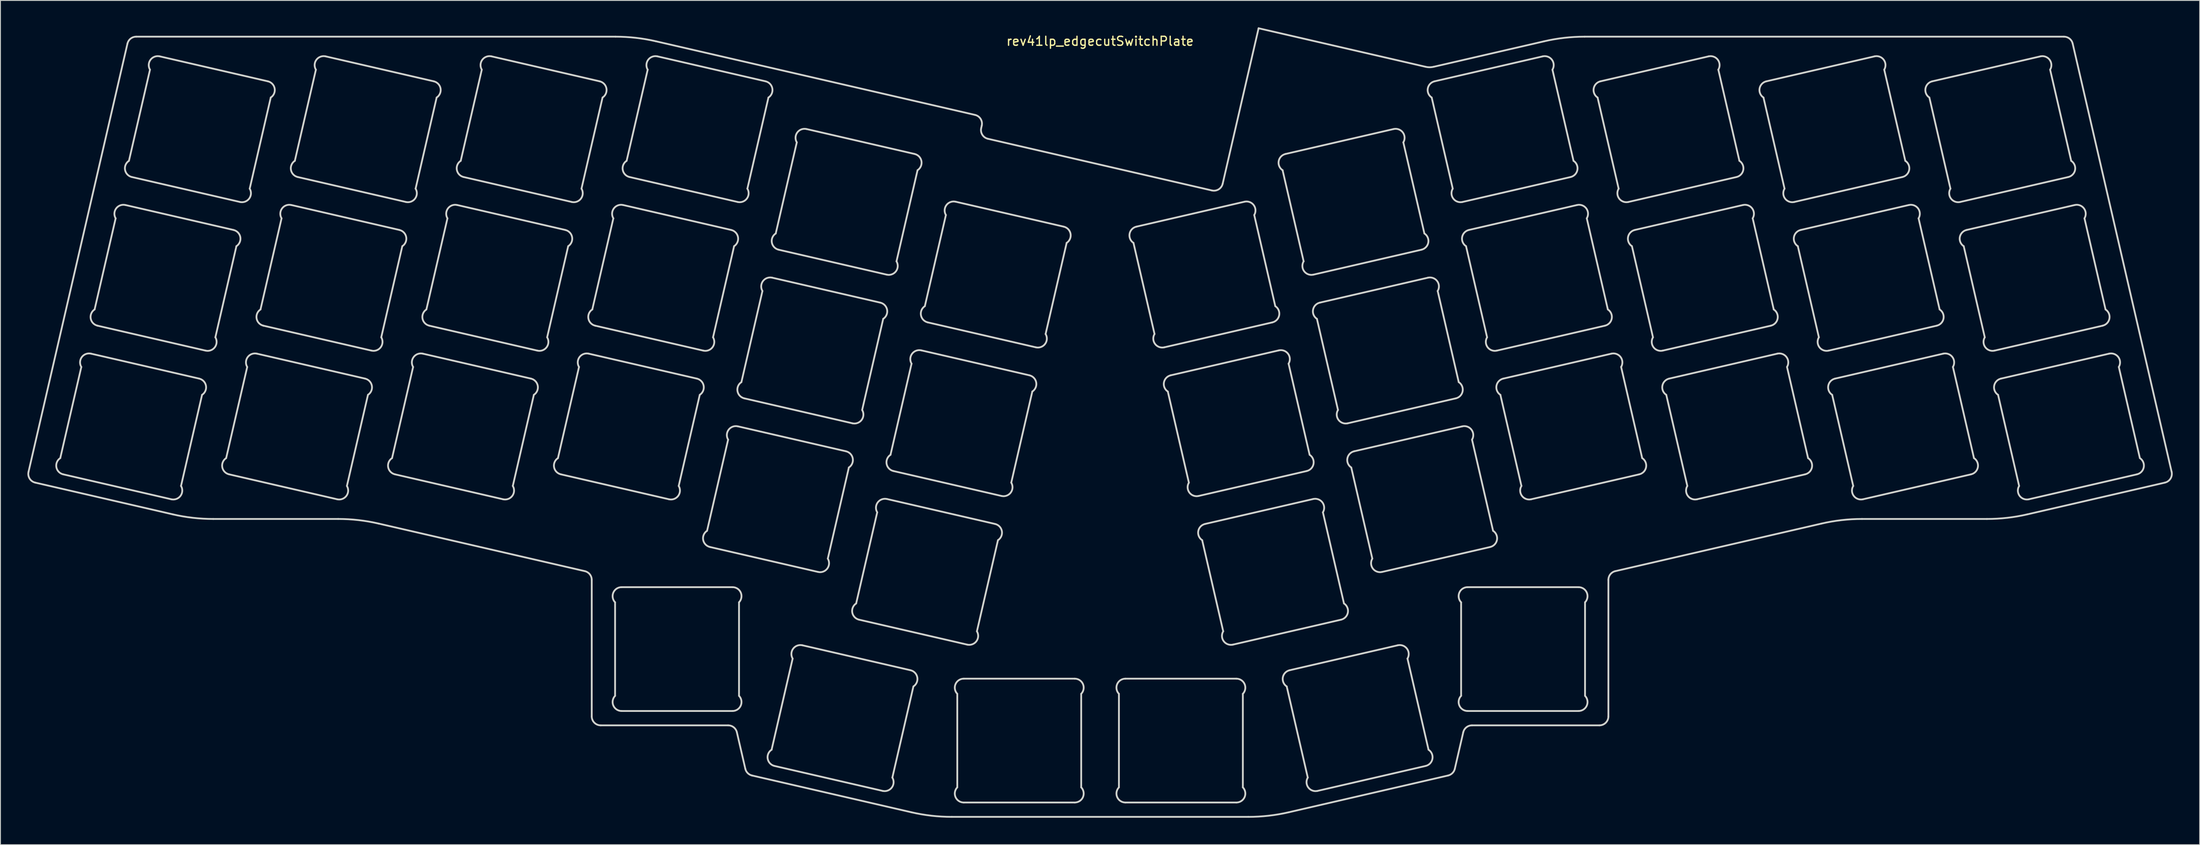
<source format=kicad_pcb>
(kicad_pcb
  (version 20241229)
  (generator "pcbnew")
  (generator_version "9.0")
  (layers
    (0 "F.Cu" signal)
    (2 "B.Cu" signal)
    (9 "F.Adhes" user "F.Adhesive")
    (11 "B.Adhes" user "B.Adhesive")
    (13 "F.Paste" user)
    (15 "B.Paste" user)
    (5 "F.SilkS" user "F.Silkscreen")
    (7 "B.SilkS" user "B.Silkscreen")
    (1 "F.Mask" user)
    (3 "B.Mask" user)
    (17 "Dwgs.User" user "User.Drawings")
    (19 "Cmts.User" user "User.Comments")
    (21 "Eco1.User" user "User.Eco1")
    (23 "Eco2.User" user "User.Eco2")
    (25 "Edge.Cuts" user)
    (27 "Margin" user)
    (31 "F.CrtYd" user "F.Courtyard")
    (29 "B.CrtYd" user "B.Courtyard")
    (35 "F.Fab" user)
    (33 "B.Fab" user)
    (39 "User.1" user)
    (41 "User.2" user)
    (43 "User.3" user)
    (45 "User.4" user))
  (footprint "rev41lp_edgecutSwitchPlate"
    (layer "F.Cu")
    (at 119.449 1.037)
    (property "Reference" "rev41lp_edgecutSwitchPlate" (at 0 0.5 0) (layer "F.SilkS") (effects (font (size 1 1) (thickness 0.15))))
    (attr through_hole)
    (fp_line (start -119.324 48.494) (end -108.307 0.775) (stroke (width 0.2) (type solid)) (layer "Edge.Cuts"))
    (fp_line (start -115.463 48.769) (end -103.426 51.548) (stroke (width 0.2) (type solid)) (layer "Edge.Cuts"))
    (fp_line (start -113.444 36.807) (end -115.788 46.959) (stroke (width 0.2) (type solid)) (layer "Edge.Cuts"))
    (fp_line (start -111.639 32.205) (end -99.602 34.984) (stroke (width 0.2) (type solid)) (layer "Edge.Cuts"))
    (fp_line (start -109.62 20.243) (end -111.964 30.395) (stroke (width 0.2) (type solid)) (layer "Edge.Cuts"))
    (fp_line (start -107.815 15.64) (end -95.778 18.419) (stroke (width 0.2) (type solid)) (layer "Edge.Cuts"))
    (fp_line (start -107.332 0) (end -53.96 0) (stroke (width 0.2) (type solid)) (layer "Edge.Cuts"))
    (fp_line (start -105.796 3.679) (end -108.139 13.83) (stroke (width 0.2) (type solid)) (layer "Edge.Cuts"))
    (fp_line (start -103.256 53.229) (end -118.574 49.693) (stroke (width 0.2) (type solid)) (layer "Edge.Cuts"))
    (fp_line (start -102.341 50.063) (end -99.998 39.912) (stroke (width 0.2) (type solid)) (layer "Edge.Cuts"))
    (fp_line (start -100.322 38.102) (end -112.359 35.323) (stroke (width 0.2) (type solid)) (layer "Edge.Cuts"))
    (fp_line (start -98.517 33.499) (end -96.174 23.347) (stroke (width 0.2) (type solid)) (layer "Edge.Cuts"))
    (fp_line (start -96.99 48.769) (end -84.953 51.548) (stroke (width 0.2) (type solid)) (layer "Edge.Cuts"))
    (fp_line (start -96.498 21.537) (end -108.535 18.758) (stroke (width 0.2) (type solid)) (layer "Edge.Cuts"))
    (fp_line (start -94.971 36.807) (end -97.314 46.959) (stroke (width 0.2) (type solid)) (layer "Edge.Cuts"))
    (fp_line (start -94.693 16.935) (end -92.349 6.783) (stroke (width 0.2) (type solid)) (layer "Edge.Cuts"))
    (fp_line (start -93.166 32.205) (end -81.129 34.984) (stroke (width 0.2) (type solid)) (layer "Edge.Cuts"))
    (fp_line (start -92.674 4.973) (end -104.711 2.194) (stroke (width 0.2) (type solid)) (layer "Edge.Cuts"))
    (fp_line (start -91.146 20.243) (end -93.49 30.395) (stroke (width 0.2) (type solid)) (layer "Edge.Cuts"))
    (fp_line (start -89.342 15.64) (end -77.304 18.419) (stroke (width 0.2) (type solid)) (layer "Edge.Cuts"))
    (fp_line (start -87.322 3.679) (end -89.666 13.83) (stroke (width 0.2) (type solid)) (layer "Edge.Cuts"))
    (fp_line (start -84.841 53.742) (end -98.757 53.742) (stroke (width 0.2) (type solid)) (layer "Edge.Cuts"))
    (fp_line (start -83.868 50.063) (end -81.524 39.912) (stroke (width 0.2) (type solid)) (layer "Edge.Cuts"))
    (fp_line (start -81.848 38.102) (end -93.886 35.323) (stroke (width 0.2) (type solid)) (layer "Edge.Cuts"))
    (fp_line (start -80.044 33.499) (end -77.7 23.347) (stroke (width 0.2) (type solid)) (layer "Edge.Cuts"))
    (fp_line (start -78.516 48.769) (end -66.479 51.548) (stroke (width 0.2) (type solid)) (layer "Edge.Cuts"))
    (fp_line (start -78.024 21.537) (end -90.061 18.758) (stroke (width 0.2) (type solid)) (layer "Edge.Cuts"))
    (fp_line (start -76.497 36.807) (end -78.841 46.959) (stroke (width 0.2) (type solid)) (layer "Edge.Cuts"))
    (fp_line (start -76.22 16.935) (end -73.876 6.783) (stroke (width 0.2) (type solid)) (layer "Edge.Cuts"))
    (fp_line (start -74.692 32.205) (end -62.655 34.984) (stroke (width 0.2) (type solid)) (layer "Edge.Cuts"))
    (fp_line (start -74.2 4.973) (end -86.237 2.194) (stroke (width 0.2) (type solid)) (layer "Edge.Cuts"))
    (fp_line (start -72.673 20.243) (end -75.017 30.395) (stroke (width 0.2) (type solid)) (layer "Edge.Cuts"))
    (fp_line (start -70.868 15.64) (end -58.831 18.419) (stroke (width 0.2) (type solid)) (layer "Edge.Cuts"))
    (fp_line (start -68.849 3.679) (end -71.192 13.83) (stroke (width 0.2) (type solid)) (layer "Edge.Cuts"))
    (fp_line (start -65.394 50.063) (end -63.051 39.912) (stroke (width 0.2) (type solid)) (layer "Edge.Cuts"))
    (fp_line (start -63.375 38.102) (end -75.412 35.323) (stroke (width 0.2) (type solid)) (layer "Edge.Cuts"))
    (fp_line (start -61.57 33.499) (end -59.227 23.347) (stroke (width 0.2) (type solid)) (layer "Edge.Cuts"))
    (fp_line (start -60.043 48.769) (end -48.006 51.548) (stroke (width 0.2) (type solid)) (layer "Edge.Cuts"))
    (fp_line (start -59.551 21.537) (end -71.588 18.758) (stroke (width 0.2) (type solid)) (layer "Edge.Cuts"))
    (fp_line (start -58.024 36.807) (end -60.367 46.959) (stroke (width 0.2) (type solid)) (layer "Edge.Cuts"))
    (fp_line (start -57.746 16.935) (end -55.402 6.783) (stroke (width 0.2) (type solid)) (layer "Edge.Cuts"))
    (fp_line (start -57.38 59.556) (end -80.342 54.255) (stroke (width 0.2) (type solid)) (layer "Edge.Cuts"))
    (fp_line (start -56.605 75.741) (end -56.605 60.53) (stroke (width 0.2) (type solid)) (layer "Edge.Cuts"))
    (fp_line (start -56.219 32.205) (end -44.182 34.984) (stroke (width 0.2) (type solid)) (layer "Edge.Cuts"))
    (fp_line (start -55.727 4.973) (end -67.764 2.194) (stroke (width 0.2) (type solid)) (layer "Edge.Cuts"))
    (fp_line (start -54.199 20.243) (end -56.543 30.395) (stroke (width 0.2) (type solid)) (layer "Edge.Cuts"))
    (fp_line (start -54.005 63.031) (end -54.005 73.45) (stroke (width 0.2) (type solid)) (layer "Edge.Cuts"))
    (fp_line (start -53.282 75.141) (end -40.928 75.141) (stroke (width 0.2) (type solid)) (layer "Edge.Cuts"))
    (fp_line (start -52.395 15.64) (end -40.358 18.419) (stroke (width 0.2) (type solid)) (layer "Edge.Cuts"))
    (fp_line (start -50.375 3.679) (end -52.719 13.83) (stroke (width 0.2) (type solid)) (layer "Edge.Cuts"))
    (fp_line (start -49.461 0.513) (end -13.925 8.717) (stroke (width 0.2) (type solid)) (layer "Edge.Cuts"))
    (fp_line (start -46.921 50.063) (end -44.577 39.912) (stroke (width 0.2) (type solid)) (layer "Edge.Cuts"))
    (fp_line (start -44.902 38.102) (end -56.939 35.323) (stroke (width 0.2) (type solid)) (layer "Edge.Cuts"))
    (fp_line (start -43.439 56.867) (end -31.402 59.646) (stroke (width 0.2) (type solid)) (layer "Edge.Cuts"))
    (fp_line (start -43.097 33.499) (end -40.753 23.347) (stroke (width 0.2) (type solid)) (layer "Edge.Cuts"))
    (fp_line (start -41.42 44.906) (end -43.763 55.057) (stroke (width 0.2) (type solid)) (layer "Edge.Cuts"))
    (fp_line (start -41.416 76.741) (end -55.605 76.741) (stroke (width 0.2) (type solid)) (layer "Edge.Cuts"))
    (fp_line (start -41.077 21.537) (end -53.114 18.758) (stroke (width 0.2) (type solid)) (layer "Edge.Cuts"))
    (fp_line (start -40.928 61.341) (end -53.282 61.341) (stroke (width 0.2) (type solid)) (layer "Edge.Cuts"))
    (fp_line (start -40.205 73.45) (end -40.205 63.031) (stroke (width 0.2) (type solid)) (layer "Edge.Cuts"))
    (fp_line (start -39.615 40.303) (end -27.578 43.082) (stroke (width 0.2) (type solid)) (layer "Edge.Cuts"))
    (fp_line (start -39.503 81.58) (end -40.442 77.516) (stroke (width 0.2) (type solid)) (layer "Edge.Cuts"))
    (fp_line (start -39.273 16.935) (end -36.929 6.783) (stroke (width 0.2) (type solid)) (layer "Edge.Cuts"))
    (fp_line (start -37.596 28.341) (end -39.939 38.493) (stroke (width 0.2) (type solid)) (layer "Edge.Cuts"))
    (fp_line (start -37.253 4.973) (end -49.29 2.194) (stroke (width 0.2) (type solid)) (layer "Edge.Cuts"))
    (fp_line (start -36.252 81.265) (end -24.215 84.044) (stroke (width 0.2) (type solid)) (layer "Edge.Cuts"))
    (fp_line (start -35.791 23.739) (end -23.754 26.518) (stroke (width 0.2) (type solid)) (layer "Edge.Cuts"))
    (fp_line (start -34.233 69.303) (end -36.576 79.455) (stroke (width 0.2) (type solid)) (layer "Edge.Cuts"))
    (fp_line (start -33.771 11.777) (end -36.115 21.929) (stroke (width 0.2) (type solid)) (layer "Edge.Cuts"))
    (fp_line (start -30.317 58.161) (end -27.973 48.01) (stroke (width 0.2) (type solid)) (layer "Edge.Cuts"))
    (fp_line (start -28.298 46.2) (end -40.335 43.421) (stroke (width 0.2) (type solid)) (layer "Edge.Cuts"))
    (fp_line (start -26.835 64.965) (end -14.798 67.744) (stroke (width 0.2) (type solid)) (layer "Edge.Cuts"))
    (fp_line (start -26.493 41.597) (end -24.149 31.446) (stroke (width 0.2) (type solid)) (layer "Edge.Cuts"))
    (fp_line (start -24.816 53.004) (end -27.16 63.155) (stroke (width 0.2) (type solid)) (layer "Edge.Cuts"))
    (fp_line (start -24.474 29.636) (end -36.511 26.857) (stroke (width 0.2) (type solid)) (layer "Edge.Cuts"))
    (fp_line (start -23.13 82.559) (end -20.786 72.408) (stroke (width 0.2) (type solid)) (layer "Edge.Cuts"))
    (fp_line (start -23.011 48.401) (end -10.974 51.18) (stroke (width 0.2) (type solid)) (layer "Edge.Cuts"))
    (fp_line (start -22.669 25.033) (end -20.325 14.881) (stroke (width 0.2) (type solid)) (layer "Edge.Cuts"))
    (fp_line (start -21.111 70.598) (end -33.148 67.819) (stroke (width 0.2) (type solid)) (layer "Edge.Cuts"))
    (fp_line (start -21.01 86.426) (end -38.754 82.329) (stroke (width 0.2) (type solid)) (layer "Edge.Cuts"))
    (fp_line (start -20.992 36.44) (end -23.335 46.591) (stroke (width 0.2) (type solid)) (layer "Edge.Cuts"))
    (fp_line (start -20.649 13.071) (end -32.686 10.292) (stroke (width 0.2) (type solid)) (layer "Edge.Cuts"))
    (fp_line (start -19.187 31.837) (end -7.15 34.616) (stroke (width 0.2) (type solid)) (layer "Edge.Cuts"))
    (fp_line (start -17.168 19.875) (end -19.511 30.027) (stroke (width 0.2) (type solid)) (layer "Edge.Cuts"))
    (fp_line (start -15.9 73.229) (end -15.9 83.648) (stroke (width 0.2) (type solid)) (layer "Edge.Cuts"))
    (fp_line (start -15.177 85.338) (end -2.823 85.338) (stroke (width 0.2) (type solid)) (layer "Edge.Cuts"))
    (fp_line (start -13.713 66.26) (end -11.37 56.108) (stroke (width 0.2) (type solid)) (layer "Edge.Cuts"))
    (fp_line (start -13.175 9.916) (end -13.236 10.179) (stroke (width 0.2) (type solid)) (layer "Edge.Cuts"))
    (fp_line (start -12.487 11.378) (end 12.454 17.136) (stroke (width 0.2) (type solid)) (layer "Edge.Cuts"))
    (fp_line (start -11.694 54.298) (end -23.731 51.519) (stroke (width 0.2) (type solid)) (layer "Edge.Cuts"))
    (fp_line (start -9.889 49.695) (end -7.545 39.544) (stroke (width 0.2) (type solid)) (layer "Edge.Cuts"))
    (fp_line (start -7.87 37.734) (end -19.907 34.955) (stroke (width 0.2) (type solid)) (layer "Edge.Cuts"))
    (fp_line (start -6.065 33.131) (end -3.721 22.98) (stroke (width 0.2) (type solid)) (layer "Edge.Cuts"))
    (fp_line (start -4.046 21.17) (end -16.083 18.391) (stroke (width 0.2) (type solid)) (layer "Edge.Cuts"))
    (fp_line (start -2.823 71.538) (end -15.177 71.538) (stroke (width 0.2) (type solid)) (layer "Edge.Cuts"))
    (fp_line (start -2.1 83.648) (end -2.1 73.229) (stroke (width 0.2) (type solid)) (layer "Edge.Cuts"))
    (fp_line (start 2.1 73.229) (end 2.1 83.648) (stroke (width 0.2) (type solid)) (layer "Edge.Cuts"))
    (fp_line (start 2.823 85.338) (end 15.177 85.338) (stroke (width 0.2) (type solid)) (layer "Edge.Cuts"))
    (fp_line (start 3.721 22.98) (end 6.065 33.131) (stroke (width 0.2) (type solid)) (layer "Edge.Cuts"))
    (fp_line (start 7.15 34.616) (end 19.187 31.837) (stroke (width 0.2) (type solid)) (layer "Edge.Cuts"))
    (fp_line (start 7.545 39.544) (end 9.889 49.695) (stroke (width 0.2) (type solid)) (layer "Edge.Cuts"))
    (fp_line (start 10.974 51.18) (end 23.011 48.401) (stroke (width 0.2) (type solid)) (layer "Edge.Cuts"))
    (fp_line (start 11.37 56.108) (end 13.713 66.26) (stroke (width 0.2) (type solid)) (layer "Edge.Cuts"))
    (fp_line (start 13.653 16.387) (end 17.653 -0.937) (stroke (width 0.2) (type solid)) (layer "Edge.Cuts"))
    (fp_line (start 14.798 67.744) (end 26.835 64.965) (stroke (width 0.2) (type solid)) (layer "Edge.Cuts"))
    (fp_line (start 15.177 71.538) (end 2.823 71.538) (stroke (width 0.2) (type solid)) (layer "Edge.Cuts"))
    (fp_line (start 15.9 83.648) (end 15.9 73.229) (stroke (width 0.2) (type solid)) (layer "Edge.Cuts"))
    (fp_line (start 16.083 18.391) (end 4.046 21.17) (stroke (width 0.2) (type solid)) (layer "Edge.Cuts"))
    (fp_line (start 16.511 86.938) (end -16.511 86.938) (stroke (width 0.2) (type solid)) (layer "Edge.Cuts"))
    (fp_line (start 17.653 -0.937) (end 36.247 3.356) (stroke (width 0.2) (type solid)) (layer "Edge.Cuts"))
    (fp_line (start 19.511 30.027) (end 17.168 19.875) (stroke (width 0.2) (type solid)) (layer "Edge.Cuts"))
    (fp_line (start 19.907 34.955) (end 7.87 37.734) (stroke (width 0.2) (type solid)) (layer "Edge.Cuts"))
    (fp_line (start 20.325 14.881) (end 22.669 25.033) (stroke (width 0.2) (type solid)) (layer "Edge.Cuts"))
    (fp_line (start 20.786 72.408) (end 23.13 82.559) (stroke (width 0.2) (type solid)) (layer "Edge.Cuts"))
    (fp_line (start 23.335 46.591) (end 20.992 36.44) (stroke (width 0.2) (type solid)) (layer "Edge.Cuts"))
    (fp_line (start 23.731 51.519) (end 11.694 54.298) (stroke (width 0.2) (type solid)) (layer "Edge.Cuts"))
    (fp_line (start 23.754 26.518) (end 35.791 23.739) (stroke (width 0.2) (type solid)) (layer "Edge.Cuts"))
    (fp_line (start 24.149 31.446) (end 26.493 41.597) (stroke (width 0.2) (type solid)) (layer "Edge.Cuts"))
    (fp_line (start 24.215 84.044) (end 36.252 81.265) (stroke (width 0.2) (type solid)) (layer "Edge.Cuts"))
    (fp_line (start 27.16 63.155) (end 24.816 53.004) (stroke (width 0.2) (type solid)) (layer "Edge.Cuts"))
    (fp_line (start 27.578 43.082) (end 39.615 40.303) (stroke (width 0.2) (type solid)) (layer "Edge.Cuts"))
    (fp_line (start 27.973 48.01) (end 30.317 58.161) (stroke (width 0.2) (type solid)) (layer "Edge.Cuts"))
    (fp_line (start 31.402 59.646) (end 43.439 56.867) (stroke (width 0.2) (type solid)) (layer "Edge.Cuts"))
    (fp_line (start 32.686 10.292) (end 20.649 13.071) (stroke (width 0.2) (type solid)) (layer "Edge.Cuts"))
    (fp_line (start 33.148 67.819) (end 21.111 70.598) (stroke (width 0.2) (type solid)) (layer "Edge.Cuts"))
    (fp_line (start 36.115 21.929) (end 33.771 11.777) (stroke (width 0.2) (type solid)) (layer "Edge.Cuts"))
    (fp_line (start 36.511 26.857) (end 24.474 29.636) (stroke (width 0.2) (type solid)) (layer "Edge.Cuts"))
    (fp_line (start 36.576 79.455) (end 34.233 69.303) (stroke (width 0.2) (type solid)) (layer "Edge.Cuts"))
    (fp_line (start 36.929 6.783) (end 39.273 16.935) (stroke (width 0.2) (type solid)) (layer "Edge.Cuts"))
    (fp_line (start 37.147 3.356) (end 49.461 0.513) (stroke (width 0.2) (type solid)) (layer "Edge.Cuts"))
    (fp_line (start 38.754 82.329) (end 21.01 86.426) (stroke (width 0.2) (type solid)) (layer "Edge.Cuts"))
    (fp_line (start 39.939 38.493) (end 37.596 28.341) (stroke (width 0.2) (type solid)) (layer "Edge.Cuts"))
    (fp_line (start 40.205 63.031) (end 40.205 73.45) (stroke (width 0.2) (type solid)) (layer "Edge.Cuts"))
    (fp_line (start 40.335 43.421) (end 28.298 46.2) (stroke (width 0.2) (type solid)) (layer "Edge.Cuts"))
    (fp_line (start 40.358 18.419) (end 52.395 15.64) (stroke (width 0.2) (type solid)) (layer "Edge.Cuts"))
    (fp_line (start 40.442 77.516) (end 39.503 81.58) (stroke (width 0.2) (type solid)) (layer "Edge.Cuts"))
    (fp_line (start 40.753 23.347) (end 43.097 33.499) (stroke (width 0.2) (type solid)) (layer "Edge.Cuts"))
    (fp_line (start 40.928 75.141) (end 53.282 75.141) (stroke (width 0.2) (type solid)) (layer "Edge.Cuts"))
    (fp_line (start 43.763 55.057) (end 41.42 44.906) (stroke (width 0.2) (type solid)) (layer "Edge.Cuts"))
    (fp_line (start 44.182 34.984) (end 56.219 32.205) (stroke (width 0.2) (type solid)) (layer "Edge.Cuts"))
    (fp_line (start 44.577 39.912) (end 46.921 50.063) (stroke (width 0.2) (type solid)) (layer "Edge.Cuts"))
    (fp_line (start 48.006 51.548) (end 60.043 48.769) (stroke (width 0.2) (type solid)) (layer "Edge.Cuts"))
    (fp_line (start 49.29 2.194) (end 37.253 4.973) (stroke (width 0.2) (type solid)) (layer "Edge.Cuts"))
    (fp_line (start 52.719 13.83) (end 50.375 3.679) (stroke (width 0.2) (type solid)) (layer "Edge.Cuts"))
    (fp_line (start 53.114 18.758) (end 41.077 21.537) (stroke (width 0.2) (type solid)) (layer "Edge.Cuts"))
    (fp_line (start 53.282 61.341) (end 40.928 61.341) (stroke (width 0.2) (type solid)) (layer "Edge.Cuts"))
    (fp_line (start 53.96 0) (end 107.332 0) (stroke (width 0.2) (type solid)) (layer "Edge.Cuts"))
    (fp_line (start 54.005 73.45) (end 54.005 63.031) (stroke (width 0.2) (type solid)) (layer "Edge.Cuts"))
    (fp_line (start 55.402 6.783) (end 57.746 16.935) (stroke (width 0.2) (type solid)) (layer "Edge.Cuts"))
    (fp_line (start 55.605 76.741) (end 41.416 76.741) (stroke (width 0.2) (type solid)) (layer "Edge.Cuts"))
    (fp_line (start 56.543 30.395) (end 54.199 20.243) (stroke (width 0.2) (type solid)) (layer "Edge.Cuts"))
    (fp_line (start 56.605 60.53) (end 56.605 75.741) (stroke (width 0.2) (type solid)) (layer "Edge.Cuts"))
    (fp_line (start 56.939 35.323) (end 44.902 38.102) (stroke (width 0.2) (type solid)) (layer "Edge.Cuts"))
    (fp_line (start 58.831 18.419) (end 70.868 15.64) (stroke (width 0.2) (type solid)) (layer "Edge.Cuts"))
    (fp_line (start 59.227 23.347) (end 61.57 33.499) (stroke (width 0.2) (type solid)) (layer "Edge.Cuts"))
    (fp_line (start 60.367 46.959) (end 58.024 36.807) (stroke (width 0.2) (type solid)) (layer "Edge.Cuts"))
    (fp_line (start 62.655 34.984) (end 74.692 32.205) (stroke (width 0.2) (type solid)) (layer "Edge.Cuts"))
    (fp_line (start 63.051 39.912) (end 65.394 50.063) (stroke (width 0.2) (type solid)) (layer "Edge.Cuts"))
    (fp_line (start 66.479 51.548) (end 78.516 48.769) (stroke (width 0.2) (type solid)) (layer "Edge.Cuts"))
    (fp_line (start 67.764 2.194) (end 55.727 4.973) (stroke (width 0.2) (type solid)) (layer "Edge.Cuts"))
    (fp_line (start 71.192 13.83) (end 68.849 3.679) (stroke (width 0.2) (type solid)) (layer "Edge.Cuts"))
    (fp_line (start 71.588 18.758) (end 59.551 21.537) (stroke (width 0.2) (type solid)) (layer "Edge.Cuts"))
    (fp_line (start 73.876 6.783) (end 76.22 16.935) (stroke (width 0.2) (type solid)) (layer "Edge.Cuts"))
    (fp_line (start 75.017 30.395) (end 72.673 20.243) (stroke (width 0.2) (type solid)) (layer "Edge.Cuts"))
    (fp_line (start 75.412 35.323) (end 63.375 38.102) (stroke (width 0.2) (type solid)) (layer "Edge.Cuts"))
    (fp_line (start 77.304 18.419) (end 89.342 15.64) (stroke (width 0.2) (type solid)) (layer "Edge.Cuts"))
    (fp_line (start 77.7 23.347) (end 80.044 33.499) (stroke (width 0.2) (type solid)) (layer "Edge.Cuts"))
    (fp_line (start 78.841 46.959) (end 76.497 36.807) (stroke (width 0.2) (type solid)) (layer "Edge.Cuts"))
    (fp_line (start 80.342 54.255) (end 57.38 59.556) (stroke (width 0.2) (type solid)) (layer "Edge.Cuts"))
    (fp_line (start 81.129 34.984) (end 93.166 32.205) (stroke (width 0.2) (type solid)) (layer "Edge.Cuts"))
    (fp_line (start 81.524 39.912) (end 83.868 50.063) (stroke (width 0.2) (type solid)) (layer "Edge.Cuts"))
    (fp_line (start 84.953 51.548) (end 96.99 48.769) (stroke (width 0.2) (type solid)) (layer "Edge.Cuts"))
    (fp_line (start 86.237 2.194) (end 74.2 4.973) (stroke (width 0.2) (type solid)) (layer "Edge.Cuts"))
    (fp_line (start 89.666 13.83) (end 87.322 3.679) (stroke (width 0.2) (type solid)) (layer "Edge.Cuts"))
    (fp_line (start 90.061 18.758) (end 78.024 21.537) (stroke (width 0.2) (type solid)) (layer "Edge.Cuts"))
    (fp_line (start 92.349 6.783) (end 94.693 16.935) (stroke (width 0.2) (type solid)) (layer "Edge.Cuts"))
    (fp_line (start 93.49 30.395) (end 91.146 20.243) (stroke (width 0.2) (type solid)) (layer "Edge.Cuts"))
    (fp_line (start 93.886 35.323) (end 81.848 38.102) (stroke (width 0.2) (type solid)) (layer "Edge.Cuts"))
    (fp_line (start 95.778 18.419) (end 107.815 15.64) (stroke (width 0.2) (type solid)) (layer "Edge.Cuts"))
    (fp_line (start 96.174 23.347) (end 98.517 33.499) (stroke (width 0.2) (type solid)) (layer "Edge.Cuts"))
    (fp_line (start 97.314 46.959) (end 94.971 36.807) (stroke (width 0.2) (type solid)) (layer "Edge.Cuts"))
    (fp_line (start 98.757 53.742) (end 84.841 53.742) (stroke (width 0.2) (type solid)) (layer "Edge.Cuts"))
    (fp_line (start 99.602 34.984) (end 111.639 32.205) (stroke (width 0.2) (type solid)) (layer "Edge.Cuts"))
    (fp_line (start 99.998 39.912) (end 102.341 50.063) (stroke (width 0.2) (type solid)) (layer "Edge.Cuts"))
    (fp_line (start 103.426 51.548) (end 115.463 48.769) (stroke (width 0.2) (type solid)) (layer "Edge.Cuts"))
    (fp_line (start 104.711 2.194) (end 92.674 4.973) (stroke (width 0.2) (type solid)) (layer "Edge.Cuts"))
    (fp_line (start 108.139 13.83) (end 105.796 3.679) (stroke (width 0.2) (type solid)) (layer "Edge.Cuts"))
    (fp_line (start 108.307 0.775) (end 119.324 48.494) (stroke (width 0.2) (type solid)) (layer "Edge.Cuts"))
    (fp_line (start 108.535 18.758) (end 96.498 21.537) (stroke (width 0.2) (type solid)) (layer "Edge.Cuts"))
    (fp_line (start 111.964 30.395) (end 109.62 20.243) (stroke (width 0.2) (type solid)) (layer "Edge.Cuts"))
    (fp_line (start 112.359 35.323) (end 100.322 38.102) (stroke (width 0.2) (type solid)) (layer "Edge.Cuts"))
    (fp_line (start 115.788 46.959) (end 113.444 36.807) (stroke (width 0.2) (type solid)) (layer "Edge.Cuts"))
    (fp_line (start 118.574 49.693) (end 103.256 53.229) (stroke (width 0.2) (type solid)) (layer "Edge.Cuts"))
    (fp_arc (start -118.574096 49.692873) (mid -119.197193 49.248422) (end -119.323515 48.493552) (stroke (width 0.2) (type solid)) (layer "Edge.Cuts"))
    (fp_arc (start -115.463403 48.768945) (mid -116.22278 47.970916) (end -115.787669 46.958897) (stroke (width 0.2) (type solid)) (layer "Edge.Cuts"))
    (fp_arc (start -113.444 36.807352) (mid -113.391436 35.707014) (end -112.359078 35.322639) (stroke (width 0.2) (type solid)) (layer "Edge.Cuts"))
    (fp_arc (start -111.639235 32.204655) (mid -112.398613 31.406625) (end -111.963501 30.394605) (stroke (width 0.2) (type solid)) (layer "Edge.Cuts"))
    (fp_arc (start -109.619834 20.24306) (mid -109.567268 19.142722) (end -108.53491 18.758348) (stroke (width 0.2) (type solid)) (layer "Edge.Cuts"))
    (fp_arc (start -108.306829 0.775048) (mid -107.954974 0.217392) (end -107.33246 0) (stroke (width 0.2) (type solid)) (layer "Edge.Cuts"))
    (fp_arc (start -107.815066 15.640364) (mid -108.574444 14.842335) (end -108.139333 13.830314) (stroke (width 0.2) (type solid)) (layer "Edge.Cuts"))
    (fp_arc (start -105.795665 3.67877) (mid -105.743101 2.578432) (end -104.710743 2.194057) (stroke (width 0.2) (type solid)) (layer "Edge.Cuts"))
    (fp_arc (start -102.341362 50.063221) (mid -102.393926 51.163559) (end -103.426284 51.547934) (stroke (width 0.2) (type solid)) (layer "Edge.Cuts"))
    (fp_arc (start -100.321959 38.101627) (mid -99.562582 38.899657) (end -99.997694 39.911677) (stroke (width 0.2) (type solid)) (layer "Edge.Cuts"))
    (fp_arc (start -98.756723 53.741992) (mid -101.020787 53.613429) (end -103.255744 53.229393) (stroke (width 0.2) (type solid)) (layer "Edge.Cuts"))
    (fp_arc (start -98.517194 33.49893) (mid -98.569758 34.599268) (end -99.602116 34.983643) (stroke (width 0.2) (type solid)) (layer "Edge.Cuts"))
    (fp_arc (start -96.989929 48.768945) (mid -97.749306 47.970916) (end -97.314195 46.958897) (stroke (width 0.2) (type solid)) (layer "Edge.Cuts"))
    (fp_arc (start -96.497792 21.537337) (mid -95.738415 22.335366) (end -96.173526 23.347386) (stroke (width 0.2) (type solid)) (layer "Edge.Cuts"))
    (fp_arc (start -94.970528 36.807351) (mid -94.917962 35.707013) (end -93.885604 35.322639) (stroke (width 0.2) (type solid)) (layer "Edge.Cuts"))
    (fp_arc (start -94.693026 16.934639) (mid -94.74559 18.034977) (end -95.777948 18.419352) (stroke (width 0.2) (type solid)) (layer "Edge.Cuts"))
    (fp_arc (start -93.165761 32.204655) (mid -93.925139 31.406625) (end -93.490027 30.394605) (stroke (width 0.2) (type solid)) (layer "Edge.Cuts"))
    (fp_arc (start -92.673624 4.973045) (mid -91.914246 5.771075) (end -92.349358 6.783095) (stroke (width 0.2) (type solid)) (layer "Edge.Cuts"))
    (fp_arc (start -91.146359 20.243061) (mid -91.093795 19.142723) (end -90.061437 18.758348) (stroke (width 0.2) (type solid)) (layer "Edge.Cuts"))
    (fp_arc (start -89.341593 15.640364) (mid -90.100971 14.842334) (end -89.665859 13.830314) (stroke (width 0.2) (type solid)) (layer "Edge.Cuts"))
    (fp_arc (start -87.322191 3.67877) (mid -87.269627 2.578432) (end -86.237269 2.194057) (stroke (width 0.2) (type solid)) (layer "Edge.Cuts"))
    (fp_arc (start -84.840673 53.741991) (mid -82.576609 53.870554) (end -80.341652 54.25459) (stroke (width 0.2) (type solid)) (layer "Edge.Cuts"))
    (fp_arc (start -83.867888 50.063221) (mid -83.920452 51.163559) (end -84.95281 51.547934) (stroke (width 0.2) (type solid)) (layer "Edge.Cuts"))
    (fp_arc (start -81.848486 38.101627) (mid -81.089108 38.899657) (end -81.52422 39.911677) (stroke (width 0.2) (type solid)) (layer "Edge.Cuts"))
    (fp_arc (start -80.04372 33.49893) (mid -80.096284 34.599268) (end -81.128642 34.983643) (stroke (width 0.2) (type solid)) (layer "Edge.Cuts"))
    (fp_arc (start -78.516455 48.768945) (mid -79.275832 47.970916) (end -78.840721 46.958897) (stroke (width 0.2) (type solid)) (layer "Edge.Cuts"))
    (fp_arc (start -78.024318 21.537336) (mid -77.26494 22.335366) (end -77.700052 23.347386) (stroke (width 0.2) (type solid)) (layer "Edge.Cuts"))
    (fp_arc (start -76.497053 36.807352) (mid -76.444489 35.707014) (end -75.412131 35.322639) (stroke (width 0.2) (type solid)) (layer "Edge.Cuts"))
    (fp_arc (start -76.219552 16.934639) (mid -76.272116 18.034977) (end -77.304474 18.419352) (stroke (width 0.2) (type solid)) (layer "Edge.Cuts"))
    (fp_arc (start -74.692286 32.204655) (mid -75.451663 31.406625) (end -75.016553 30.394605) (stroke (width 0.2) (type solid)) (layer "Edge.Cuts"))
    (fp_arc (start -74.20015 4.973045) (mid -73.440772 5.771075) (end -73.875885 6.783095) (stroke (width 0.2) (type solid)) (layer "Edge.Cuts"))
    (fp_arc (start -72.672885 20.243061) (mid -72.620321 19.142723) (end -71.587963 18.758348) (stroke (width 0.2) (type solid)) (layer "Edge.Cuts"))
    (fp_arc (start -70.868119 15.640364) (mid -71.627497 14.842334) (end -71.192385 13.830314) (stroke (width 0.2) (type solid)) (layer "Edge.Cuts"))
    (fp_arc (start -68.848717 3.67877) (mid -68.796153 2.578432) (end -67.763795 2.194057) (stroke (width 0.2) (type solid)) (layer "Edge.Cuts"))
    (fp_arc (start -65.394414 50.063221) (mid -65.446978 51.163559) (end -66.479336 51.547934) (stroke (width 0.2) (type solid)) (layer "Edge.Cuts"))
    (fp_arc (start -63.375012 38.101628) (mid -62.615635 38.899657) (end -63.050746 39.911677) (stroke (width 0.2) (type solid)) (layer "Edge.Cuts"))
    (fp_arc (start -61.570246 33.49893) (mid -61.62281 34.599268) (end -62.655168 34.983643) (stroke (width 0.2) (type solid)) (layer "Edge.Cuts"))
    (fp_arc (start -60.042981 48.768945) (mid -60.802358 47.970916) (end -60.367247 46.958897) (stroke (width 0.2) (type solid)) (layer "Edge.Cuts"))
    (fp_arc (start -59.550844 21.537336) (mid -58.791466 22.335366) (end -59.226578 23.347386) (stroke (width 0.2) (type solid)) (layer "Edge.Cuts"))
    (fp_arc (start -58.023579 36.807352) (mid -57.971015 35.707014) (end -56.938657 35.322639) (stroke (width 0.2) (type solid)) (layer "Edge.Cuts"))
    (fp_arc (start -57.746078 16.934639) (mid -57.798642 18.034977) (end -58.831 18.419352) (stroke (width 0.2) (type solid)) (layer "Edge.Cuts"))
    (fp_arc (start -57.380101 59.555682) (mid -56.822444 59.907537) (end -56.605052 60.530052) (stroke (width 0.2) (type solid)) (layer "Edge.Cuts"))
    (fp_arc (start -56.218813 32.204655) (mid -56.978191 31.406625) (end -56.543079 30.394605) (stroke (width 0.2) (type solid)) (layer "Edge.Cuts"))
    (fp_arc (start -55.726676 4.973045) (mid -54.967298 5.771075) (end -55.40241 6.783095) (stroke (width 0.2) (type solid)) (layer "Edge.Cuts"))
    (fp_arc (start -55.605052 76.74074) (mid -56.312159 76.447847) (end -56.605052 75.74074) (stroke (width 0.2) (type solid)) (layer "Edge.Cuts"))
    (fp_arc (start -54.199411 20.243061) (mid -54.146847 19.142723) (end -53.114489 18.758348) (stroke (width 0.2) (type solid)) (layer "Edge.Cuts"))
    (fp_arc (start -54.005052 63.031454) (mid -54.201357 61.947493) (end -53.281924 61.34074) (stroke (width 0.2) (type solid)) (layer "Edge.Cuts"))
    (fp_arc (start -53.959882 -0.000001) (mid -51.695818 0.128562) (end -49.460861 0.512598) (stroke (width 0.2) (type solid)) (layer "Edge.Cuts"))
    (fp_arc (start -53.281924 75.14074) (mid -54.201357 74.533987) (end -54.005052 73.450026) (stroke (width 0.2) (type solid)) (layer "Edge.Cuts"))
    (fp_arc (start -52.394645 15.640364) (mid -53.154023 14.842334) (end -52.718911 13.830314) (stroke (width 0.2) (type solid)) (layer "Edge.Cuts"))
    (fp_arc (start -50.375243 3.67877) (mid -50.322679 2.578432) (end -49.290321 2.194057) (stroke (width 0.2) (type solid)) (layer "Edge.Cuts"))
    (fp_arc (start -46.92094 50.063221) (mid -46.973504 51.163559) (end -48.005862 51.547934) (stroke (width 0.2) (type solid)) (layer "Edge.Cuts"))
    (fp_arc (start -44.901538 38.101627) (mid -44.14216 38.899657) (end -44.577272 39.911677) (stroke (width 0.2) (type solid)) (layer "Edge.Cuts"))
    (fp_arc (start -43.439133 56.867184) (mid -44.198511 56.069154) (end -43.763399 55.057134) (stroke (width 0.2) (type solid)) (layer "Edge.Cuts"))
    (fp_arc (start -43.096772 33.49893) (mid -43.149336 34.599268) (end -44.181694 34.983643) (stroke (width 0.2) (type solid)) (layer "Edge.Cuts"))
    (fp_arc (start -41.41973 44.90559) (mid -41.367166 43.805252) (end -40.334808 43.420877) (stroke (width 0.2) (type solid)) (layer "Edge.Cuts"))
    (fp_arc (start -41.416042 76.740739) (mid -40.793527 76.958131) (end -40.441671 77.515789) (stroke (width 0.2) (type solid)) (layer "Edge.Cuts"))
    (fp_arc (start -41.07737 21.537336) (mid -40.317992 22.335366) (end -40.753104 23.347386) (stroke (width 0.2) (type solid)) (layer "Edge.Cuts"))
    (fp_arc (start -40.928178 61.34074) (mid -40.008746 61.947494) (end -40.205052 63.031455) (stroke (width 0.2) (type solid)) (layer "Edge.Cuts"))
    (fp_arc (start -40.205051 73.450026) (mid -40.008746 74.533987) (end -40.928179 75.14074) (stroke (width 0.2) (type solid)) (layer "Edge.Cuts"))
    (fp_arc (start -39.614965 40.302893) (mid -40.374343 39.504863) (end -39.939231 38.492843) (stroke (width 0.2) (type solid)) (layer "Edge.Cuts"))
    (fp_arc (start -39.272604 16.934639) (mid -39.325168 18.034977) (end -40.357526 18.419352) (stroke (width 0.2) (type solid)) (layer "Edge.Cuts"))
    (fp_arc (start -38.753975 82.329336) (mid -39.236131 82.062073) (end -39.503394 81.579917) (stroke (width 0.2) (type solid)) (layer "Edge.Cuts"))
    (fp_arc (start -37.595562 28.341299) (mid -37.542998 27.240961) (end -36.51064 26.856586) (stroke (width 0.2) (type solid)) (layer "Edge.Cuts"))
    (fp_arc (start -37.253202 4.973045) (mid -36.493824 5.771075) (end -36.928936 6.783095) (stroke (width 0.2) (type solid)) (layer "Edge.Cuts"))
    (fp_arc (start -36.252137 81.264845) (mid -37.011514 80.466815) (end -36.576402 79.454795) (stroke (width 0.2) (type solid)) (layer "Edge.Cuts"))
    (fp_arc (start -35.790797 23.738602) (mid -36.550175 22.940572) (end -36.115063 21.928552) (stroke (width 0.2) (type solid)) (layer "Edge.Cuts"))
    (fp_arc (start -34.232733 69.303251) (mid -34.180169 68.202913) (end -33.147811 67.818538) (stroke (width 0.2) (type solid)) (layer "Edge.Cuts"))
    (fp_arc (start -33.771394 11.777008) (mid -33.71883 10.67667) (end -32.686472 10.292295) (stroke (width 0.2) (type solid)) (layer "Edge.Cuts"))
    (fp_arc (start -30.317092 58.161459) (mid -30.369656 59.261797) (end -31.402014 59.646172) (stroke (width 0.2) (type solid)) (layer "Edge.Cuts"))
    (fp_arc (start -28.297689 46.199865) (mid -27.538311 46.997895) (end -27.973423 48.009915) (stroke (width 0.2) (type solid)) (layer "Edge.Cuts"))
    (fp_arc (start -26.835284 64.965422) (mid -27.594662 64.167392) (end -27.15955 63.155372) (stroke (width 0.2) (type solid)) (layer "Edge.Cuts"))
    (fp_arc (start -26.492924 41.597168) (mid -26.545488 42.697506) (end -27.577846 43.081881) (stroke (width 0.2) (type solid)) (layer "Edge.Cuts"))
    (fp_arc (start -24.815882 53.003828) (mid -24.763318 51.90349) (end -23.73096 51.519115) (stroke (width 0.2) (type solid)) (layer "Edge.Cuts"))
    (fp_arc (start -24.473522 29.635573) (mid -23.714144 30.433603) (end -24.149255 31.445624) (stroke (width 0.2) (type solid)) (layer "Edge.Cuts"))
    (fp_arc (start -23.130094 82.559118) (mid -23.182658 83.659458) (end -24.215017 84.043833) (stroke (width 0.2) (type solid)) (layer "Edge.Cuts"))
    (fp_arc (start -23.011116 48.401132) (mid -23.770495 47.603102) (end -23.335383 46.591081) (stroke (width 0.2) (type solid)) (layer "Edge.Cuts"))
    (fp_arc (start -22.668756 25.032877) (mid -22.72132 26.133215) (end -23.753678 26.51759) (stroke (width 0.2) (type solid)) (layer "Edge.Cuts"))
    (fp_arc (start -21.110692 70.597527) (mid -20.351315 71.395556) (end -20.786426 72.407575) (stroke (width 0.2) (type solid)) (layer "Edge.Cuts"))
    (fp_arc (start -20.991713 36.439537) (mid -20.939149 35.3392) (end -19.906792 34.954824) (stroke (width 0.2) (type solid)) (layer "Edge.Cuts"))
    (fp_arc (start -20.649354 13.071282) (mid -19.889975 13.869312) (end -20.325087 14.881333) (stroke (width 0.2) (type solid)) (layer "Edge.Cuts"))
    (fp_arc (start -19.186948 31.836841) (mid -19.946327 31.038811) (end -19.511215 30.02679) (stroke (width 0.2) (type solid)) (layer "Edge.Cuts"))
    (fp_arc (start -17.167546 19.875246) (mid -17.114982 18.774908) (end -16.082624 18.390533) (stroke (width 0.2) (type solid)) (layer "Edge.Cuts"))
    (fp_arc (start -16.510921 86.938468) (mid -18.774985 86.809905) (end -21.009942 86.425869) (stroke (width 0.2) (type solid)) (layer "Edge.Cuts"))
    (fp_arc (start -15.9 73.229182) (mid -16.096305 72.145221) (end -15.176872 71.538468) (stroke (width 0.2) (type solid)) (layer "Edge.Cuts"))
    (fp_arc (start -15.176872 85.338469) (mid -16.096306 84.731715) (end -15.9 83.647753) (stroke (width 0.2) (type solid)) (layer "Edge.Cuts"))
    (fp_arc (start -13.924838 8.716736) (mid -13.301741 9.161186) (end -13.175419 9.916056) (stroke (width 0.2) (type solid)) (layer "Edge.Cuts"))
    (fp_arc (start -13.713242 66.259697) (mid -13.765807 67.360035) (end -14.798166 67.74441) (stroke (width 0.2) (type solid)) (layer "Edge.Cuts"))
    (fp_arc (start -12.486737 11.378457) (mid -13.109833 10.934007) (end -13.236156 10.179137) (stroke (width 0.2) (type solid)) (layer "Edge.Cuts"))
    (fp_arc (start -11.693841 54.298103) (mid -10.934463 55.096133) (end -11.369575 56.108154) (stroke (width 0.2) (type solid)) (layer "Edge.Cuts"))
    (fp_arc (start -9.889076 49.695406) (mid -9.94164 50.795744) (end -10.973998 51.180119) (stroke (width 0.2) (type solid)) (layer "Edge.Cuts"))
    (fp_arc (start -7.869673 37.733812) (mid -7.110295 38.531842) (end -7.545407 39.543862) (stroke (width 0.2) (type solid)) (layer "Edge.Cuts"))
    (fp_arc (start -6.064908 33.131115) (mid -6.117472 34.231453) (end -7.14983 34.615828) (stroke (width 0.2) (type solid)) (layer "Edge.Cuts"))
    (fp_arc (start -4.045505 21.169521) (mid -3.286127 21.967551) (end -3.721239 22.979571) (stroke (width 0.2) (type solid)) (layer "Edge.Cuts"))
    (fp_arc (start -2.823128 71.538468) (mid -1.903695 72.145221) (end -2.1 73.229182) (stroke (width 0.2) (type solid)) (layer "Edge.Cuts"))
    (fp_arc (start -2.1 83.647754) (mid -1.903695 84.731715) (end -2.823128 85.338468) (stroke (width 0.2) (type solid)) (layer "Edge.Cuts"))
    (fp_arc (start 2.1 73.229182) (mid 1.903695 72.145221) (end 2.823128 71.538468) (stroke (width 0.2) (type solid)) (layer "Edge.Cuts"))
    (fp_arc (start 2.823128 85.338469) (mid 1.903694 84.731715) (end 2.1 83.647753) (stroke (width 0.2) (type solid)) (layer "Edge.Cuts"))
    (fp_arc (start 3.721239 22.979571) (mid 3.286127 21.967551) (end 4.045505 21.169521) (stroke (width 0.2) (type solid)) (layer "Edge.Cuts"))
    (fp_arc (start 7.14983 34.615828) (mid 6.117472 34.231453) (end 6.064908 33.131115) (stroke (width 0.2) (type solid)) (layer "Edge.Cuts"))
    (fp_arc (start 7.545407 39.543862) (mid 7.110295 38.531842) (end 7.869673 37.733812) (stroke (width 0.2) (type solid)) (layer "Edge.Cuts"))
    (fp_arc (start 10.973998 51.180119) (mid 9.94164 50.795744) (end 9.889076 49.695406) (stroke (width 0.2) (type solid)) (layer "Edge.Cuts"))
    (fp_arc (start 11.369575 56.108153) (mid 10.934463 55.096133) (end 11.693841 54.298103) (stroke (width 0.2) (type solid)) (layer "Edge.Cuts"))
    (fp_arc (start 13.652883 16.38696) (mid 13.208432 17.010058) (end 12.453561 17.13638) (stroke (width 0.2) (type solid)) (layer "Edge.Cuts"))
    (fp_arc (start 14.798164 67.744409) (mid 13.76577 67.360032) (end 13.713244 66.259697) (stroke (width 0.2) (type solid)) (layer "Edge.Cuts"))
    (fp_arc (start 15.176873 71.538468) (mid 16.096356 72.145227) (end 15.9 73.229182) (stroke (width 0.2) (type solid)) (layer "Edge.Cuts"))
    (fp_arc (start 15.899999 83.647754) (mid 16.096306 84.731717) (end 15.176872 85.338468) (stroke (width 0.2) (type solid)) (layer "Edge.Cuts"))
    (fp_arc (start 16.082624 18.390533) (mid 17.114982 18.774908) (end 17.167546 19.875246) (stroke (width 0.2) (type solid)) (layer "Edge.Cuts"))
    (fp_arc (start 19.511214 30.02679) (mid 19.946328 31.038811) (end 19.186947 31.83684) (stroke (width 0.2) (type solid)) (layer "Edge.Cuts"))
    (fp_arc (start 19.906792 34.954824) (mid 20.93915 35.339199) (end 20.991714 36.439537) (stroke (width 0.2) (type solid)) (layer "Edge.Cuts"))
    (fp_arc (start 20.325088 14.881333) (mid 19.889976 13.869313) (end 20.649354 13.071283) (stroke (width 0.2) (type solid)) (layer "Edge.Cuts"))
    (fp_arc (start 20.786426 72.407576) (mid 20.351314 71.395556) (end 21.110692 70.597526) (stroke (width 0.2) (type solid)) (layer "Edge.Cuts"))
    (fp_arc (start 21.009942 86.425869) (mid 18.774985 86.809905) (end 16.510921 86.938468) (stroke (width 0.2) (type solid)) (layer "Edge.Cuts"))
    (fp_arc (start 23.335382 46.591081) (mid 23.770494 47.603101) (end 23.011116 48.401131) (stroke (width 0.2) (type solid)) (layer "Edge.Cuts"))
    (fp_arc (start 23.73096 51.519115) (mid 24.763316 51.903496) (end 24.815882 53.003829) (stroke (width 0.2) (type solid)) (layer "Edge.Cuts"))
    (fp_arc (start 23.753678 26.51759) (mid 22.72132 26.133215) (end 22.668756 25.032877) (stroke (width 0.2) (type solid)) (layer "Edge.Cuts"))
    (fp_arc (start 24.149257 31.445624) (mid 23.714144 30.433605) (end 24.473521 29.635574) (stroke (width 0.2) (type solid)) (layer "Edge.Cuts"))
    (fp_arc (start 24.215017 84.043832) (mid 23.182659 83.659457) (end 23.130095 82.559119) (stroke (width 0.2) (type solid)) (layer "Edge.Cuts"))
    (fp_arc (start 27.15955 63.155372) (mid 27.594662 64.167392) (end 26.835284 64.965422) (stroke (width 0.2) (type solid)) (layer "Edge.Cuts"))
    (fp_arc (start 27.577846 43.081881) (mid 26.545488 42.697506) (end 26.492924 41.597168) (stroke (width 0.2) (type solid)) (layer "Edge.Cuts"))
    (fp_arc (start 27.973423 48.009915) (mid 27.538315 46.997899) (end 28.297689 46.199864) (stroke (width 0.2) (type solid)) (layer "Edge.Cuts"))
    (fp_arc (start 31.402014 59.646172) (mid 30.369656 59.261797) (end 30.317092 58.161459) (stroke (width 0.2) (type solid)) (layer "Edge.Cuts"))
    (fp_arc (start 32.686472 10.292295) (mid 33.71883 10.67667) (end 33.771394 11.777008) (stroke (width 0.2) (type solid)) (layer "Edge.Cuts"))
    (fp_arc (start 33.147811 67.818538) (mid 34.180169 68.202913) (end 34.232733 69.303251) (stroke (width 0.2) (type solid)) (layer "Edge.Cuts"))
    (fp_arc (start 36.115063 21.928552) (mid 36.550175 22.940572) (end 35.790797 23.738602) (stroke (width 0.2) (type solid)) (layer "Edge.Cuts"))
    (fp_arc (start 36.51064 26.856586) (mid 37.542998 27.240961) (end 37.595562 28.341299) (stroke (width 0.2) (type solid)) (layer "Edge.Cuts"))
    (fp_arc (start 36.576402 79.454795) (mid 37.011514 80.466815) (end 36.252136 81.264845) (stroke (width 0.2) (type solid)) (layer "Edge.Cuts"))
    (fp_arc (start 36.928936 6.783095) (mid 36.493824 5.771075) (end 37.253202 4.973045) (stroke (width 0.2) (type solid)) (layer "Edge.Cuts"))
    (fp_arc (start 37.146773 3.355529) (mid 36.696871 3.406789) (end 36.246969 3.355529) (stroke (width 0.2) (type solid)) (layer "Edge.Cuts"))
    (fp_arc (start 39.503394 81.579917) (mid 39.236131 82.062073) (end 38.753975 82.329336) (stroke (width 0.2) (type solid)) (layer "Edge.Cuts"))
    (fp_arc (start 39.939231 38.492843) (mid 40.374343 39.504863) (end 39.614965 40.302893) (stroke (width 0.2) (type solid)) (layer "Edge.Cuts"))
    (fp_arc (start 40.205051 63.031454) (mid 40.008746 61.947493) (end 40.928179 61.34074) (stroke (width 0.2) (type solid)) (layer "Edge.Cuts"))
    (fp_arc (start 40.334808 43.420877) (mid 41.367166 43.805252) (end 41.41973 44.90559) (stroke (width 0.2) (type solid)) (layer "Edge.Cuts"))
    (fp_arc (start 40.357526 18.419352) (mid 39.325168 18.034977) (end 39.272604 16.934639) (stroke (width 0.2) (type solid)) (layer "Edge.Cuts"))
    (fp_arc (start 40.441672 77.515789) (mid 40.793527 76.958132) (end 41.416042 76.74074) (stroke (width 0.2) (type solid)) (layer "Edge.Cuts"))
    (fp_arc (start 40.753104 23.347386) (mid 40.317992 22.335366) (end 41.07737 21.537336) (stroke (width 0.2) (type solid)) (layer "Edge.Cuts"))
    (fp_arc (start 40.928179 75.140739) (mid 40.008747 74.533986) (end 40.205052 73.450026) (stroke (width 0.2) (type solid)) (layer "Edge.Cuts"))
    (fp_arc (start 43.763399 55.057133) (mid 44.198508 56.069143) (end 43.439133 56.867184) (stroke (width 0.2) (type solid)) (layer "Edge.Cuts"))
    (fp_arc (start 44.181694 34.983643) (mid 43.149336 34.599268) (end 43.096772 33.49893) (stroke (width 0.2) (type solid)) (layer "Edge.Cuts"))
    (fp_arc (start 44.577272 39.911677) (mid 44.14216 38.899657) (end 44.901538 38.101627) (stroke (width 0.2) (type solid)) (layer "Edge.Cuts"))
    (fp_arc (start 48.005862 51.547934) (mid 46.973504 51.163559) (end 46.92094 50.063221) (stroke (width 0.2) (type solid)) (layer "Edge.Cuts"))
    (fp_arc (start 49.290321 2.194057) (mid 50.322679 2.578432) (end 50.375243 3.67877) (stroke (width 0.2) (type solid)) (layer "Edge.Cuts"))
    (fp_arc (start 49.460861 0.512599) (mid 51.695818 0.128563) (end 53.959882 0) (stroke (width 0.2) (type solid)) (layer "Edge.Cuts"))
    (fp_arc (start 52.718911 13.830314) (mid 53.154023 14.842334) (end 52.394645 15.640364) (stroke (width 0.2) (type solid)) (layer "Edge.Cuts"))
    (fp_arc (start 53.114489 18.758348) (mid 54.146847 19.142723) (end 54.199411 20.243061) (stroke (width 0.2) (type solid)) (layer "Edge.Cuts"))
    (fp_arc (start 53.281924 61.340739) (mid 54.201305 61.947486) (end 54.005052 63.031455) (stroke (width 0.2) (type solid)) (layer "Edge.Cuts"))
    (fp_arc (start 54.005052 73.450026) (mid 54.201356 74.533987) (end 53.281924 75.14074) (stroke (width 0.2) (type solid)) (layer "Edge.Cuts"))
    (fp_arc (start 55.40241 6.783095) (mid 54.967298 5.771075) (end 55.726676 4.973045) (stroke (width 0.2) (type solid)) (layer "Edge.Cuts"))
    (fp_arc (start 56.543079 30.394605) (mid 56.978222 31.406636) (end 56.218813 32.204656) (stroke (width 0.2) (type solid)) (layer "Edge.Cuts"))
    (fp_arc (start 56.605052 60.530052) (mid 56.822444 59.907537) (end 57.380101 59.555682) (stroke (width 0.2) (type solid)) (layer "Edge.Cuts"))
    (fp_arc (start 56.605052 75.74074) (mid 56.312141 76.447804) (end 55.605051 76.74074) (stroke (width 0.2) (type solid)) (layer "Edge.Cuts"))
    (fp_arc (start 56.938657 35.322639) (mid 57.971015 35.707014) (end 58.023579 36.807352) (stroke (width 0.2) (type solid)) (layer "Edge.Cuts"))
    (fp_arc (start 58.831 18.419352) (mid 57.798642 18.034977) (end 57.746078 16.934639) (stroke (width 0.2) (type solid)) (layer "Edge.Cuts"))
    (fp_arc (start 59.226578 23.347386) (mid 58.791466 22.335366) (end 59.550844 21.537336) (stroke (width 0.2) (type solid)) (layer "Edge.Cuts"))
    (fp_arc (start 60.367247 46.958896) (mid 60.802359 47.970916) (end 60.042981 48.768946) (stroke (width 0.2) (type solid)) (layer "Edge.Cuts"))
    (fp_arc (start 62.655168 34.983643) (mid 61.62281 34.599268) (end 61.570246 33.49893) (stroke (width 0.2) (type solid)) (layer "Edge.Cuts"))
    (fp_arc (start 63.050746 39.911677) (mid 62.615654 38.899659) (end 63.375012 38.101627) (stroke (width 0.2) (type solid)) (layer "Edge.Cuts"))
    (fp_arc (start 66.479336 51.547934) (mid 65.447016 51.163561) (end 65.394414 50.063222) (stroke (width 0.2) (type solid)) (layer "Edge.Cuts"))
    (fp_arc (start 67.763795 2.194057) (mid 68.796153 2.578432) (end 68.848717 3.67877) (stroke (width 0.2) (type solid)) (layer "Edge.Cuts"))
    (fp_arc (start 71.192385 13.830314) (mid 71.627497 14.842334) (end 70.868119 15.640364) (stroke (width 0.2) (type solid)) (layer "Edge.Cuts"))
    (fp_arc (start 71.587963 18.758348) (mid 72.620296 19.142725) (end 72.672885 20.243062) (stroke (width 0.2) (type solid)) (layer "Edge.Cuts"))
    (fp_arc (start 73.875884 6.783095) (mid 73.440772 5.771075) (end 74.20015 4.973045) (stroke (width 0.2) (type solid)) (layer "Edge.Cuts"))
    (fp_arc (start 75.016553 30.394605) (mid 75.451665 31.406625) (end 74.692287 32.204655) (stroke (width 0.2) (type solid)) (layer "Edge.Cuts"))
    (fp_arc (start 75.412131 35.322639) (mid 76.444489 35.707014) (end 76.497053 36.807352) (stroke (width 0.2) (type solid)) (layer "Edge.Cuts"))
    (fp_arc (start 77.304474 18.419352) (mid 76.272116 18.034977) (end 76.219552 16.934639) (stroke (width 0.2) (type solid)) (layer "Edge.Cuts"))
    (fp_arc (start 77.700052 23.347386) (mid 77.26494 22.335366) (end 78.024318 21.537336) (stroke (width 0.2) (type solid)) (layer "Edge.Cuts"))
    (fp_arc (start 78.840721 46.958896) (mid 79.275833 47.970916) (end 78.516455 48.768946) (stroke (width 0.2) (type solid)) (layer "Edge.Cuts"))
    (fp_arc (start 80.341652 54.254591) (mid 82.576609 53.870555) (end 84.840673 53.741992) (stroke (width 0.2) (type solid)) (layer "Edge.Cuts"))
    (fp_arc (start 81.128642 34.983643) (mid 80.096284 34.599268) (end 80.04372 33.49893) (stroke (width 0.2) (type solid)) (layer "Edge.Cuts"))
    (fp_arc (start 81.52422 39.911677) (mid 81.089093 38.89966) (end 81.848486 38.101627) (stroke (width 0.2) (type solid)) (layer "Edge.Cuts"))
    (fp_arc (start 84.95281 51.547934) (mid 83.920452 51.163559) (end 83.867888 50.063221) (stroke (width 0.2) (type solid)) (layer "Edge.Cuts"))
    (fp_arc (start 86.237269 2.194057) (mid 87.269627 2.578432) (end 87.322191 3.67877) (stroke (width 0.2) (type solid)) (layer "Edge.Cuts"))
    (fp_arc (start 89.66586 13.830314) (mid 90.100959 14.84234) (end 89.341593 15.640364) (stroke (width 0.2) (type solid)) (layer "Edge.Cuts"))
    (fp_arc (start 90.061437 18.758348) (mid 91.093795 19.142723) (end 91.146359 20.243061) (stroke (width 0.2) (type solid)) (layer "Edge.Cuts"))
    (fp_arc (start 92.349358 6.783095) (mid 91.914244 5.771063) (end 92.673624 4.973045) (stroke (width 0.2) (type solid)) (layer "Edge.Cuts"))
    (fp_arc (start 93.490027 30.394605) (mid 93.925147 31.406636) (end 93.165761 32.204655) (stroke (width 0.2) (type solid)) (layer "Edge.Cuts"))
    (fp_arc (start 93.885606 35.32264) (mid 94.917962 35.707015) (end 94.970526 36.807352) (stroke (width 0.2) (type solid)) (layer "Edge.Cuts"))
    (fp_arc (start 95.777948 18.419352) (mid 94.74559 18.034977) (end 94.693026 16.934639) (stroke (width 0.2) (type solid)) (layer "Edge.Cuts"))
    (fp_arc (start 96.173526 23.347386) (mid 95.738414 22.335366) (end 96.497792 21.537336) (stroke (width 0.2) (type solid)) (layer "Edge.Cuts"))
    (fp_arc (start 97.314195 46.958896) (mid 97.749307 47.970916) (end 96.989929 48.768946) (stroke (width 0.2) (type solid)) (layer "Edge.Cuts"))
    (fp_arc (start 99.602117 34.983643) (mid 98.569811 34.599262) (end 98.517194 33.49893) (stroke (width 0.2) (type solid)) (layer "Edge.Cuts"))
    (fp_arc (start 99.997694 39.911677) (mid 99.562582 38.899657) (end 100.32196 38.101627) (stroke (width 0.2) (type solid)) (layer "Edge.Cuts"))
    (fp_arc (start 103.255743 53.229393) (mid 101.020786 53.613431) (end 98.756722 53.741991) (stroke (width 0.2) (type solid)) (layer "Edge.Cuts"))
    (fp_arc (start 103.426284 51.547934) (mid 102.393926 51.163559) (end 102.341362 50.063221) (stroke (width 0.2) (type solid)) (layer "Edge.Cuts"))
    (fp_arc (start 104.710743 2.194057) (mid 105.743101 2.578432) (end 105.795665 3.67877) (stroke (width 0.2) (type solid)) (layer "Edge.Cuts"))
    (fp_arc (start 107.33246 -0.000001) (mid 107.954975 0.217391) (end 108.30683 0.775048) (stroke (width 0.2) (type solid)) (layer "Edge.Cuts"))
    (fp_arc (start 108.139333 13.830314) (mid 108.574444 14.842339) (end 107.815067 15.640363) (stroke (width 0.2) (type solid)) (layer "Edge.Cuts"))
    (fp_arc (start 108.534912 18.758349) (mid 109.567268 19.142724) (end 109.619832 20.243061) (stroke (width 0.2) (type solid)) (layer "Edge.Cuts"))
    (fp_arc (start 111.963501 30.394605) (mid 112.398613 31.406625) (end 111.639235 32.204655) (stroke (width 0.2) (type solid)) (layer "Edge.Cuts"))
    (fp_arc (start 112.359078 35.322639) (mid 113.391436 35.707014) (end 113.444 36.807352) (stroke (width 0.2) (type solid)) (layer "Edge.Cuts"))
    (fp_arc (start 115.787669 46.958896) (mid 116.222781 47.970916) (end 115.463403 48.768946) (stroke (width 0.2) (type solid)) (layer "Edge.Cuts"))
    (fp_arc (start 119.323515 48.493552) (mid 119.197193 49.248422) (end 118.574096 49.692873) (stroke (width 0.2) (type solid)) (layer "Edge.Cuts")))
  (gr_rect
    (start -3 -3)
    (end 241.898 91.076)
    (stroke (width 0.1) (type default))
    (fill no)
    (layer "Edge.Cuts")))
</source>
